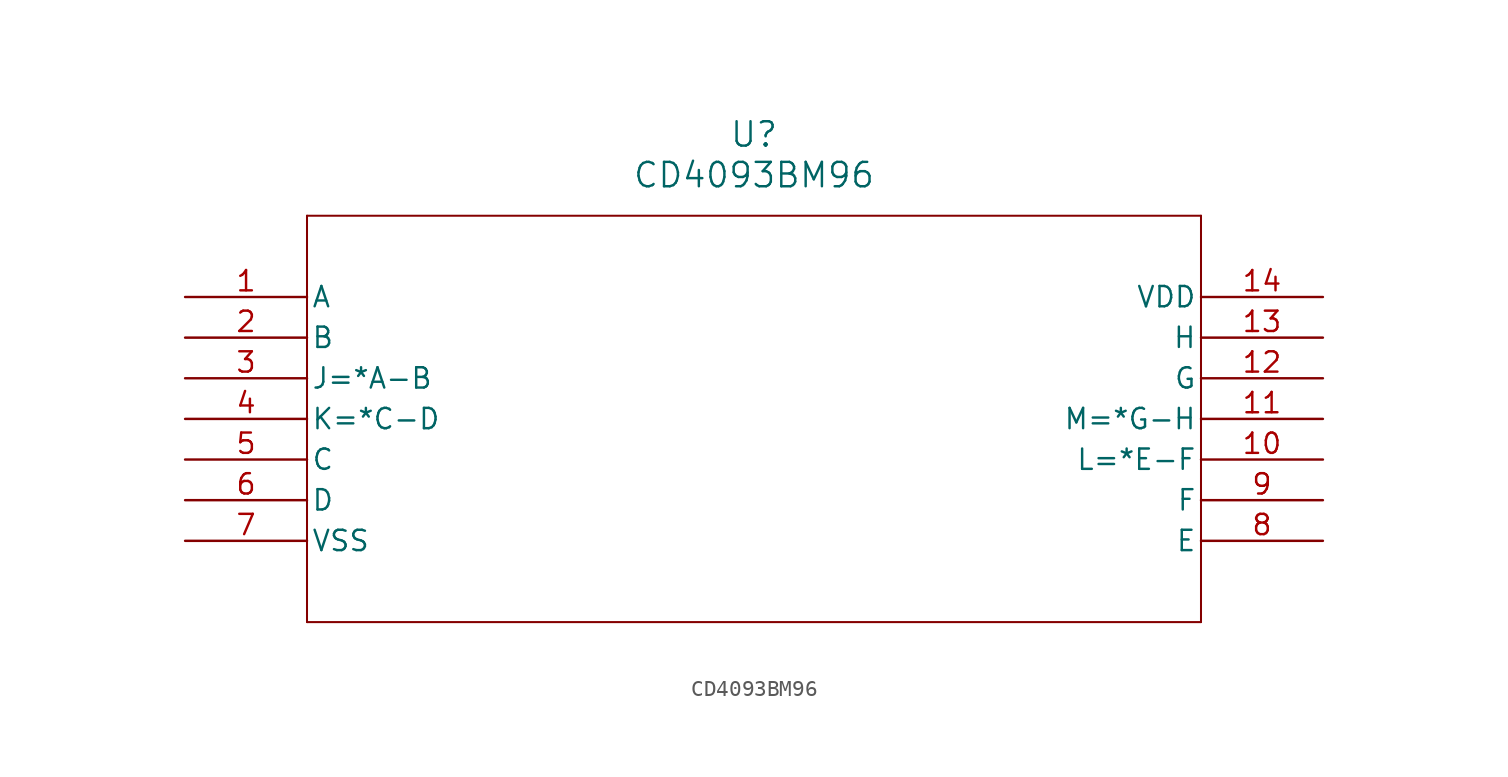
<source format=kicad_sym>
(kicad_symbol_lib
  (version 20211014)
  (generator kicad_symbol_editor)
  (symbol "CD4093BM96"
    (pin_names
      (offset 0.254))
    (property "Reference" "U"
      (at 35.56 10.16 0)
      (effects (font (size 1.524 1.524))))
    (property "Value" "CD4093BM96"
      (at 35.56 7.62 0)
      (effects (font (size 1.524 1.524))))
    (symbol "CD4093BM96_0_1"
      (polyline (pts (xy 7.62 5.08) (xy 7.62 -20.32)) (stroke (width 0.127) (type default) (color 0 0 0 0)) (fill (type none)))
      (polyline (pts (xy 7.62 -20.32) (xy 63.5 -20.32)) (stroke (width 0.127) (type default) (color 0 0 0 0)) (fill (type none)))
      (polyline (pts (xy 63.5 -20.32) (xy 63.5 5.08)) (stroke (width 0.127) (type default) (color 0 0 0 0)) (fill (type none)))
      (polyline (pts (xy 63.5 5.08) (xy 7.62 5.08)) (stroke (width 0.127) (type default) (color 0 0 0 0)) (fill (type none)))
      (pin unspecified line (at 0 0 0) (length 7.62) (name "A" (effects (font (size 1.27 1.27)))) (number "1" (effects (font (size 1.27 1.27)))))
      (pin unspecified line (at 0 -2.54 0) (length 7.62) (name "B" (effects (font (size 1.27 1.27)))) (number "2" (effects (font (size 1.27 1.27)))))
      (pin unspecified line (at 0 -5.08 0) (length 7.62) (name "J=*A-B" (effects (font (size 1.27 1.27)))) (number "3" (effects (font (size 1.27 1.27)))))
      (pin unspecified line (at 0 -7.62 0) (length 7.62) (name "K=*C-D" (effects (font (size 1.27 1.27)))) (number "4" (effects (font (size 1.27 1.27)))))
      (pin unspecified line (at 0 -10.16 0) (length 7.62) (name "C" (effects (font (size 1.27 1.27)))) (number "5" (effects (font (size 1.27 1.27)))))
      (pin unspecified line (at 0 -12.7 0) (length 7.62) (name "D" (effects (font (size 1.27 1.27)))) (number "6" (effects (font (size 1.27 1.27)))))
      (pin power_in line (at 0 -15.24 0) (length 7.62) (name "VSS" (effects (font (size 1.27 1.27)))) (number "7" (effects (font (size 1.27 1.27)))))
      (pin unspecified line (at 71.12 -15.24 180) (length 7.62) (name "E" (effects (font (size 1.27 1.27)))) (number "8" (effects (font (size 1.27 1.27)))))
      (pin unspecified line (at 71.12 -12.7 180) (length 7.62) (name "F" (effects (font (size 1.27 1.27)))) (number "9" (effects (font (size 1.27 1.27)))))
      (pin unspecified line (at 71.12 -10.16 180) (length 7.62) (name "L=*E-F" (effects (font (size 1.27 1.27)))) (number "10" (effects (font (size 1.27 1.27)))))
      (pin unspecified line (at 71.12 -7.62 180) (length 7.62) (name "M=*G-H" (effects (font (size 1.27 1.27)))) (number "11" (effects (font (size 1.27 1.27)))))
      (pin unspecified line (at 71.12 -5.08 180) (length 7.62) (name "G" (effects (font (size 1.27 1.27)))) (number "12" (effects (font (size 1.27 1.27)))))
      (pin unspecified line (at 71.12 -2.54 180) (length 7.62) (name "H" (effects (font (size 1.27 1.27)))) (number "13" (effects (font (size 1.27 1.27)))))
      (pin power_in line (at 71.12 0 180) (length 7.62) (name "VDD" (effects (font (size 1.27 1.27)))) (number "14" (effects (font (size 1.27 1.27))))))))
</source>
